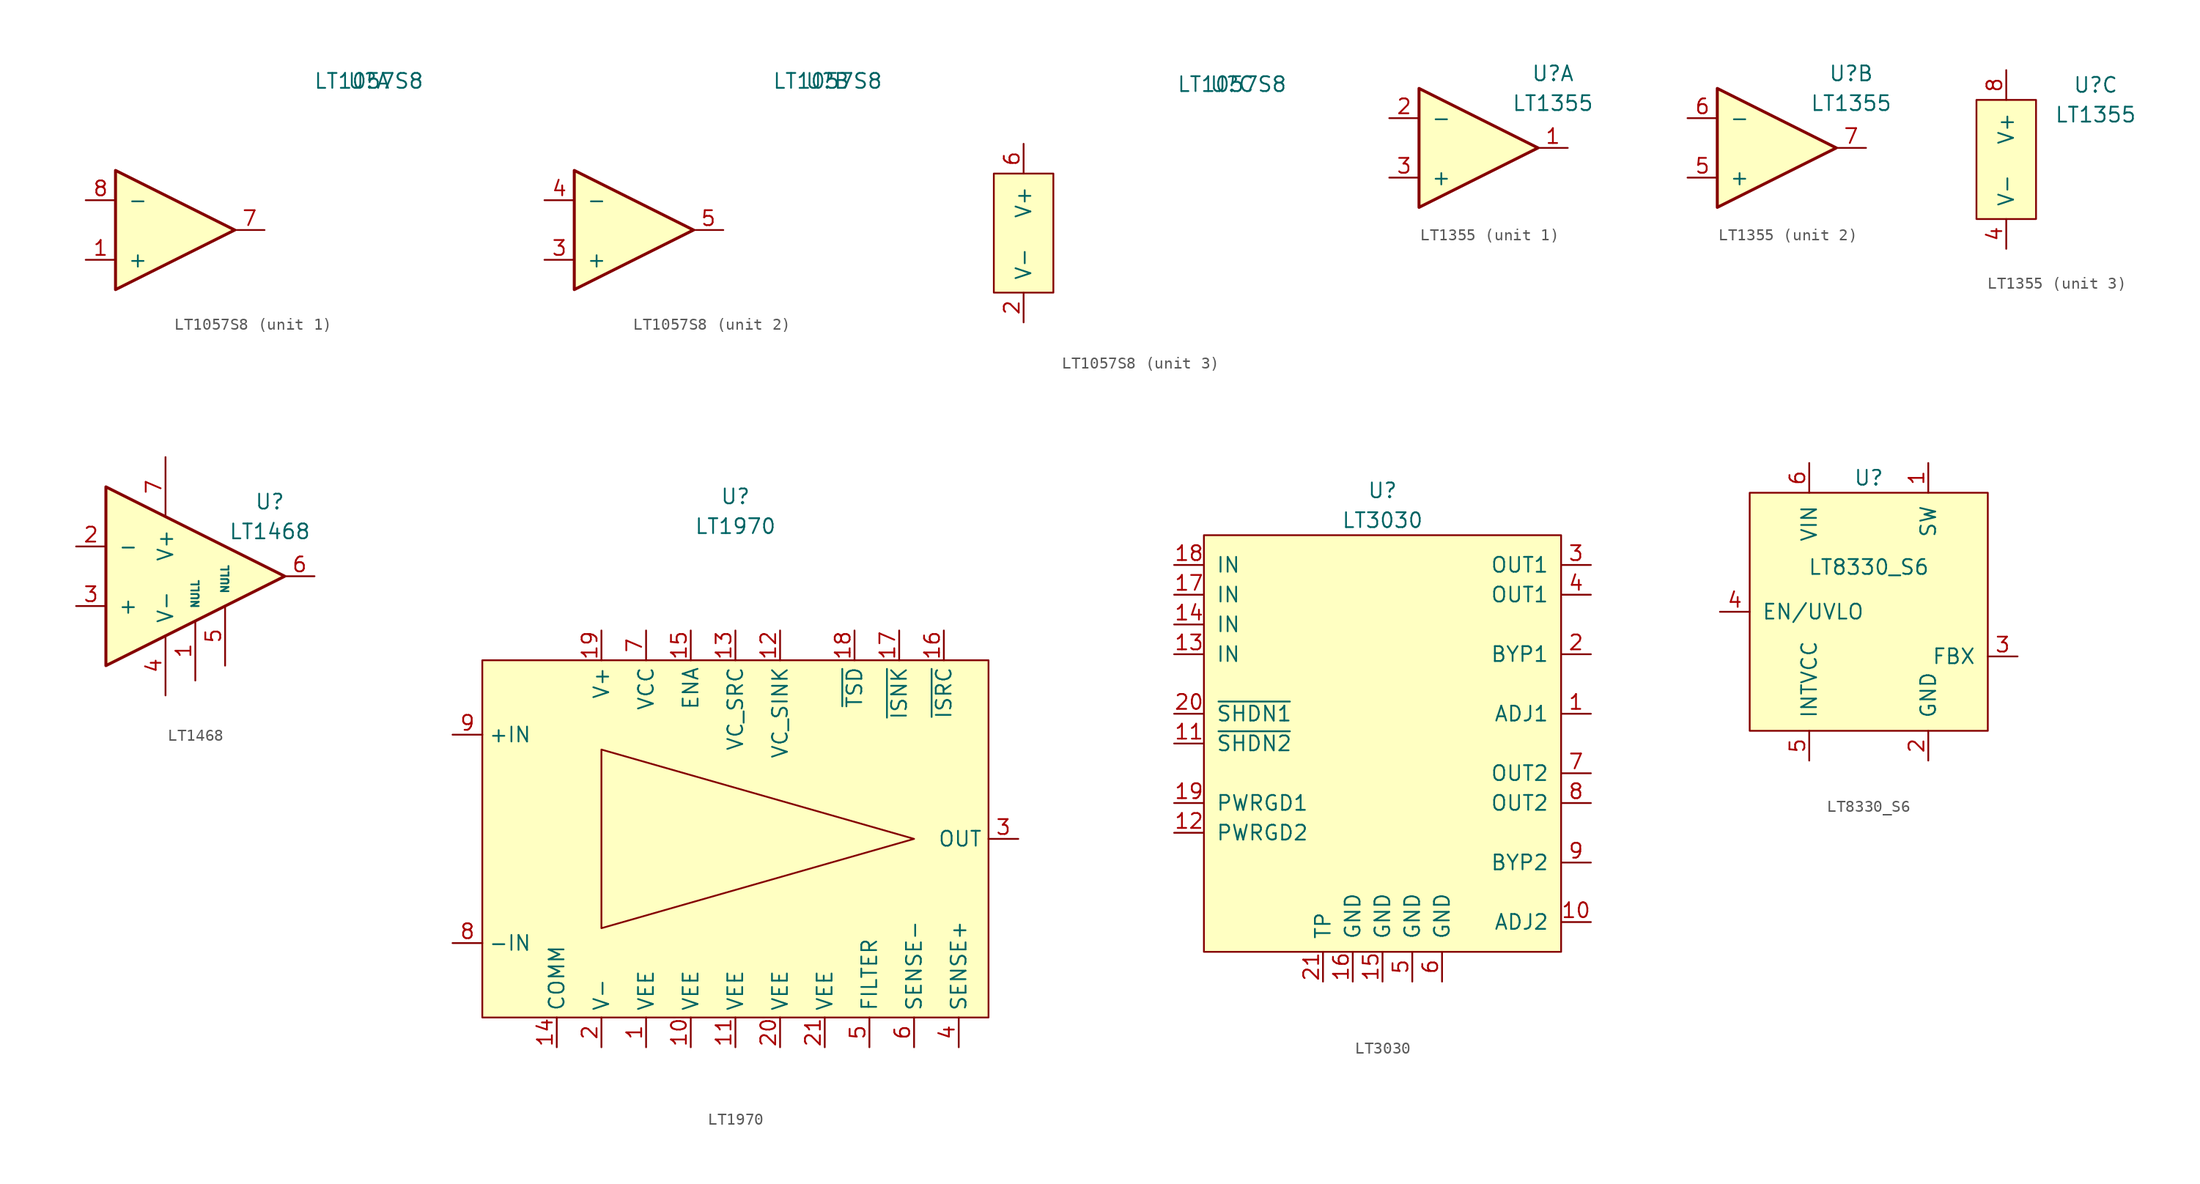
<source format=kicad_sym>
(kicad_symbol_lib
  (version 20220914)
  (generator kicad_symbol_editor)
  (symbol "LT1057S8"
    (pin_names
      (offset 1.016))
    (property "Reference" "U"
      (at 17.78 12.7 0)
      (effects (font (size 1.27 1.27))))
    (property "Value" "LT1057S8"
      (at 17.78 12.7 0)
      (effects (font (size 1.27 1.27))))
    (symbol "LT1057S8_1_1"
      (polyline (pts (xy -3.81 5.08) (xy 6.35 0) (xy -3.81 -5.08) (xy -3.81 5.08)) (stroke (width 0.254) (type default)) (fill (type background)))
      (pin input line (at -6.35 -2.54 0) (length 2.54) (name "+" (effects (font (size 1.27 1.27)))) (number "1" (effects (font (size 1.27 1.27)))))
      (pin output line (at 8.89 0 180) (length 2.54) (name "~" (effects (font (size 1.27 1.27)))) (number "7" (effects (font (size 1.27 1.27)))))
      (pin input line (at -6.35 2.54 0) (length 2.54) (name "-" (effects (font (size 1.27 1.27)))) (number "8" (effects (font (size 1.27 1.27))))))
    (symbol "LT1057S8_2_1"
      (polyline (pts (xy -3.81 5.08) (xy 6.35 0) (xy -3.81 -5.08) (xy -3.81 5.08)) (stroke (width 0.254) (type default)) (fill (type background)))
      (pin input line (at -6.35 -2.54 0) (length 2.54) (name "+" (effects (font (size 1.27 1.27)))) (number "3" (effects (font (size 1.27 1.27)))))
      (pin input line (at -6.35 2.54 0) (length 2.54) (name "-" (effects (font (size 1.27 1.27)))) (number "4" (effects (font (size 1.27 1.27)))))
      (pin output line (at 8.89 0 180) (length 2.54) (name "~" (effects (font (size 1.27 1.27)))) (number "5" (effects (font (size 1.27 1.27))))))
    (symbol "LT1057S8_3_1"
      (rectangle (start -2.54 5.08) (end 2.54 -5.08) (stroke (width 0) (type default)) (fill (type background)))
      (pin passive line (at 0 -7.62 90) (length 2.54) (name "V-" (effects (font (size 1.27 1.27)))) (number "2" (effects (font (size 1.27 1.27)))))
      (pin passive line (at 0 7.62 270) (length 2.54) (name "V+" (effects (font (size 1.27 1.27)))) (number "6" (effects (font (size 1.27 1.27)))))))
  (symbol "LT1355"
    (pin_names
      (offset 1.016))
    (property "Reference" "U"
      (at 7.62 6.35 0)
      (effects (font (size 1.27 1.27))))
    (property "Value" "LT1355"
      (at 7.62 3.81 0)
      (effects (font (size 1.27 1.27))))
    (symbol "LT1355_1_1"
      (polyline (pts (xy -3.81 5.08) (xy 6.35 0) (xy -3.81 -5.08) (xy -3.81 5.08)) (stroke (width 0.254) (type default)) (fill (type background)))
      (pin output line (at 8.89 0 180) (length 2.54) (name "~" (effects (font (size 1.27 1.27)))) (number "1" (effects (font (size 1.27 1.27)))))
      (pin input line (at -6.35 2.54 0) (length 2.54) (name "-" (effects (font (size 1.27 1.27)))) (number "2" (effects (font (size 1.27 1.27)))))
      (pin input line (at -6.35 -2.54 0) (length 2.54) (name "+" (effects (font (size 1.27 1.27)))) (number "3" (effects (font (size 1.27 1.27))))))
    (symbol "LT1355_2_1"
      (polyline (pts (xy -3.81 5.08) (xy 6.35 0) (xy -3.81 -5.08) (xy -3.81 5.08)) (stroke (width 0.254) (type default)) (fill (type background)))
      (pin input line (at -6.35 -2.54 0) (length 2.54) (name "+" (effects (font (size 1.27 1.27)))) (number "5" (effects (font (size 1.27 1.27)))))
      (pin input line (at -6.35 2.54 0) (length 2.54) (name "-" (effects (font (size 1.27 1.27)))) (number "6" (effects (font (size 1.27 1.27)))))
      (pin output line (at 8.89 0 180) (length 2.54) (name "~" (effects (font (size 1.27 1.27)))) (number "7" (effects (font (size 1.27 1.27))))))
    (symbol "LT1355_3_1"
      (rectangle (start -2.54 5.08) (end 2.54 -5.08) (stroke (width 0) (type default)) (fill (type background)))
      (pin passive line (at 0 -7.62 90) (length 2.54) (name "V-" (effects (font (size 1.27 1.27)))) (number "4" (effects (font (size 1.27 1.27)))))
      (pin passive line (at 0 7.62 270) (length 2.54) (name "V+" (effects (font (size 1.27 1.27)))) (number "8" (effects (font (size 1.27 1.27)))))))
  (symbol "LT1468"
    (pin_names
      (offset 1.016))
    (property "Reference" "U"
      (at 7.62 6.35 0)
      (effects (font (size 1.27 1.27))))
    (property "Value" "LT1468"
      (at 7.62 3.81 0)
      (effects (font (size 1.27 1.27))))
    (symbol "LT1468_1_1"
      (polyline (pts (xy -6.35 7.62) (xy -6.35 -7.62) (xy 8.89 0) (xy -6.35 7.62)) (stroke (width 0.254) (type default)) (fill (type background)))
      (pin input line (at 1.27 -8.89 90) (length 5.08) (name "NULL" (effects (font (size 0.635 0.635)))) (number "1" (effects (font (size 1.27 1.27)))))
      (pin input line (at -8.89 2.54 0) (length 2.54) (name "-" (effects (font (size 1.27 1.27)))) (number "2" (effects (font (size 1.27 1.27)))))
      (pin input line (at -8.89 -2.54 0) (length 2.54) (name "+" (effects (font (size 1.27 1.27)))) (number "3" (effects (font (size 1.27 1.27)))))
      (pin passive line (at -1.27 -10.16 90) (length 5.08) (name "V-" (effects (font (size 1.27 1.27)))) (number "4" (effects (font (size 1.27 1.27)))))
      (pin input line (at 3.81 -7.62 90) (length 5.08) (name "NULL" (effects (font (size 0.635 0.635)))) (number "5" (effects (font (size 1.27 1.27)))))
      (pin output line (at 11.43 0 180) (length 2.54) (name "~" (effects (font (size 1.27 1.27)))) (number "6" (effects (font (size 1.27 1.27)))))
      (pin passive line (at -1.27 10.16 270) (length 5.08) (name "V+" (effects (font (size 1.27 1.27)))) (number "7" (effects (font (size 1.27 1.27)))))
      (pin no_connect non_logic (at 1.27 3.81 270) (length 0) hide (name "NC" (effects (font (size 0.635 0.635)))) (number "8" (effects (font (size 1.27 1.27)))))))
  (symbol "LT1970"
    (property "Reference" "U"
      (at 0 29.21 0)
      (effects (font (size 1.27 1.27))))
    (property "Value" "LT1970"
      (at 0 26.67 0)
      (effects (font (size 1.27 1.27))))
    (symbol "LT1970_0_0"
      (pin passive line (at -7.62 -17.78 90) (length 2.54) (name "VEE" (effects (font (size 1.27 1.27)))) (number "1" (effects (font (size 1.27 1.27)))))
      (pin passive line (at -3.81 -17.78 90) (length 2.54) (name "VEE" (effects (font (size 1.27 1.27)))) (number "10" (effects (font (size 1.27 1.27)))))
      (pin passive line (at 0 -17.78 90) (length 2.54) (name "VEE" (effects (font (size 1.27 1.27)))) (number "11" (effects (font (size 1.27 1.27)))))
      (pin passive line (at 3.81 17.78 270) (length 2.54) (name "VC_SINK" (effects (font (size 1.27 1.27)))) (number "12" (effects (font (size 1.27 1.27)))))
      (pin passive line (at 0 17.78 270) (length 2.54) (name "VC_SRC" (effects (font (size 1.27 1.27)))) (number "13" (effects (font (size 1.27 1.27)))))
      (pin passive line (at -15.24 -17.78 90) (length 2.54) (name "COMM" (effects (font (size 1.27 1.27)))) (number "14" (effects (font (size 1.27 1.27)))))
      (pin input line (at -3.81 17.78 270) (length 2.54) (name "ENA" (effects (font (size 1.27 1.27)))) (number "15" (effects (font (size 1.27 1.27)))))
      (pin output line (at 17.78 17.78 270) (length 2.54) (name "~{ISRC}" (effects (font (size 1.27 1.27)))) (number "16" (effects (font (size 1.27 1.27)))))
      (pin output line (at 13.97 17.78 270) (length 2.54) (name "~{ISNK}" (effects (font (size 1.27 1.27)))) (number "17" (effects (font (size 1.27 1.27)))))
      (pin output line (at 10.16 17.78 270) (length 2.54) (name "~{TSD}" (effects (font (size 1.27 1.27)))) (number "18" (effects (font (size 1.27 1.27)))))
      (pin passive line (at -11.43 17.78 270) (length 2.54) (name "V+" (effects (font (size 1.27 1.27)))) (number "19" (effects (font (size 1.27 1.27)))))
      (pin passive line (at -11.43 -17.78 90) (length 2.54) (name "V-" (effects (font (size 1.27 1.27)))) (number "2" (effects (font (size 1.27 1.27)))))
      (pin passive line (at 3.81 -17.78 90) (length 2.54) (name "VEE" (effects (font (size 1.27 1.27)))) (number "20" (effects (font (size 1.27 1.27)))))
      (pin passive line (at 7.62 -17.78 90) (length 2.54) (name "VEE" (effects (font (size 1.27 1.27)))) (number "21" (effects (font (size 1.27 1.27)))))
      (pin output line (at 24.13 0 180) (length 2.54) (name "OUT" (effects (font (size 1.27 1.27)))) (number "3" (effects (font (size 1.27 1.27)))))
      (pin input line (at 19.05 -17.78 90) (length 2.54) (name "SENSE+" (effects (font (size 1.27 1.27)))) (number "4" (effects (font (size 1.27 1.27)))))
      (pin input line (at 11.43 -17.78 90) (length 2.54) (name "FILTER" (effects (font (size 1.27 1.27)))) (number "5" (effects (font (size 1.27 1.27)))))
      (pin input line (at 15.24 -17.78 90) (length 2.54) (name "SENSE-" (effects (font (size 1.27 1.27)))) (number "6" (effects (font (size 1.27 1.27)))))
      (pin passive line (at -7.62 17.78 270) (length 2.54) (name "VCC" (effects (font (size 1.27 1.27)))) (number "7" (effects (font (size 1.27 1.27)))))
      (pin input line (at -24.13 -8.89 0) (length 2.54) (name "-IN" (effects (font (size 1.27 1.27)))) (number "8" (effects (font (size 1.27 1.27)))))
      (pin input line (at -24.13 8.89 0) (length 2.54) (name "+IN" (effects (font (size 1.27 1.27)))) (number "9" (effects (font (size 1.27 1.27))))))
    (symbol "LT1970_0_1"
      (rectangle (start -21.59 15.24) (end 21.59 -15.24) (stroke (width 0.152) (type default)) (fill (type background)))
      (polyline (pts (xy -11.43 7.62) (xy -11.43 -7.62) (xy 15.24 0) (xy -11.43 7.62)) (stroke (width 0.152) (type default)) (fill (type none)))))
  (symbol "LT3030"
    (pin_names
      (offset 1.016))
    (property "Reference" "U"
      (at 0 21.59 0)
      (effects (font (size 1.27 1.27))))
    (property "Value" "LT3030"
      (at 0 19.05 0)
      (effects (font (size 1.27 1.27))))
    (symbol "LT3030_0_1"
      (rectangle (start -15.24 -17.78) (end 15.24 17.78) (stroke (width 0) (type default)) (fill (type background))))
    (symbol "LT3030_1_1"
      (pin passive line (at 17.78 2.54 180) (length 2.54) (name "ADJ1" (effects (font (size 1.27 1.27)))) (number "1" (effects (font (size 1.27 1.27)))))
      (pin passive line (at 17.78 -15.24 180) (length 2.54) (name "ADJ2" (effects (font (size 1.27 1.27)))) (number "10" (effects (font (size 1.27 1.27)))))
      (pin passive line (at -17.78 0 0) (length 2.54) (name "~{SHDN2}" (effects (font (size 1.27 1.27)))) (number "11" (effects (font (size 1.27 1.27)))))
      (pin passive line (at -17.78 -7.62 0) (length 2.54) (name "PWRGD2" (effects (font (size 1.27 1.27)))) (number "12" (effects (font (size 1.27 1.27)))))
      (pin passive line (at -17.78 7.62 0) (length 2.54) (name "IN" (effects (font (size 1.27 1.27)))) (number "13" (effects (font (size 1.27 1.27)))))
      (pin passive line (at -17.78 10.16 0) (length 2.54) (name "IN" (effects (font (size 1.27 1.27)))) (number "14" (effects (font (size 1.27 1.27)))))
      (pin passive line (at 0 -20.32 90) (length 2.54) (name "GND" (effects (font (size 1.27 1.27)))) (number "15" (effects (font (size 1.27 1.27)))))
      (pin passive line (at -2.54 -20.32 90) (length 2.54) (name "GND" (effects (font (size 1.27 1.27)))) (number "16" (effects (font (size 1.27 1.27)))))
      (pin passive line (at -17.78 12.7 0) (length 2.54) (name "IN" (effects (font (size 1.27 1.27)))) (number "17" (effects (font (size 1.27 1.27)))))
      (pin passive line (at -17.78 15.24 0) (length 2.54) (name "IN" (effects (font (size 1.27 1.27)))) (number "18" (effects (font (size 1.27 1.27)))))
      (pin passive line (at -17.78 -5.08 0) (length 2.54) (name "PWRGD1" (effects (font (size 1.27 1.27)))) (number "19" (effects (font (size 1.27 1.27)))))
      (pin passive line (at 17.78 7.62 180) (length 2.54) (name "BYP1" (effects (font (size 1.27 1.27)))) (number "2" (effects (font (size 1.27 1.27)))))
      (pin passive line (at -17.78 2.54 0) (length 2.54) (name "~{SHDN1}" (effects (font (size 1.27 1.27)))) (number "20" (effects (font (size 1.27 1.27)))))
      (pin passive line (at -5.08 -20.32 90) (length 2.54) (name "TP" (effects (font (size 1.27 1.27)))) (number "21" (effects (font (size 1.27 1.27)))))
      (pin passive line (at 17.78 15.24 180) (length 2.54) (name "OUT1" (effects (font (size 1.27 1.27)))) (number "3" (effects (font (size 1.27 1.27)))))
      (pin passive line (at 17.78 12.7 180) (length 2.54) (name "OUT1" (effects (font (size 1.27 1.27)))) (number "4" (effects (font (size 1.27 1.27)))))
      (pin passive line (at 2.54 -20.32 90) (length 2.54) (name "GND" (effects (font (size 1.27 1.27)))) (number "5" (effects (font (size 1.27 1.27)))))
      (pin passive line (at 5.08 -20.32 90) (length 2.54) (name "GND" (effects (font (size 1.27 1.27)))) (number "6" (effects (font (size 1.27 1.27)))))
      (pin passive line (at 17.78 -2.54 180) (length 2.54) (name "OUT2" (effects (font (size 1.27 1.27)))) (number "7" (effects (font (size 1.27 1.27)))))
      (pin passive line (at 17.78 -5.08 180) (length 2.54) (name "OUT2" (effects (font (size 1.27 1.27)))) (number "8" (effects (font (size 1.27 1.27)))))
      (pin passive line (at 17.78 -10.16 180) (length 2.54) (name "BYP2" (effects (font (size 1.27 1.27)))) (number "9" (effects (font (size 1.27 1.27)))))))
  (symbol "LT8330_S6"
    (pin_names
      (offset 1.016))
    (property "Reference" "U"
      (at 0 11.43 0)
      (effects (font (size 1.27 1.27))))
    (property "Value" "LT8330_S6"
      (at 0 3.81 0)
      (effects (font (size 1.27 1.27))))
    (symbol "LT8330_S6_0_1"
      (rectangle (start -10.16 10.16) (end 10.16 -10.16) (stroke (width 0) (type default)) (fill (type background))))
    (symbol "LT8330_S6_1_1"
      (pin passive line (at 5.08 12.7 270) (length 2.54) (name "SW" (effects (font (size 1.27 1.27)))) (number "1" (effects (font (size 1.27 1.27)))))
      (pin passive line (at 5.08 -12.7 90) (length 2.54) (name "GND" (effects (font (size 1.27 1.27)))) (number "2" (effects (font (size 1.27 1.27)))))
      (pin passive line (at 12.7 -3.81 180) (length 2.54) (name "FBX" (effects (font (size 1.27 1.27)))) (number "3" (effects (font (size 1.27 1.27)))))
      (pin passive line (at -12.7 0 0) (length 2.54) (name "EN/UVLO" (effects (font (size 1.27 1.27)))) (number "4" (effects (font (size 1.27 1.27)))))
      (pin passive line (at -5.08 -12.7 90) (length 2.54) (name "INTVCC" (effects (font (size 1.27 1.27)))) (number "5" (effects (font (size 1.27 1.27)))))
      (pin passive line (at -5.08 12.7 270) (length 2.54) (name "VIN" (effects (font (size 1.27 1.27)))) (number "6" (effects (font (size 1.27 1.27))))))))
</source>
